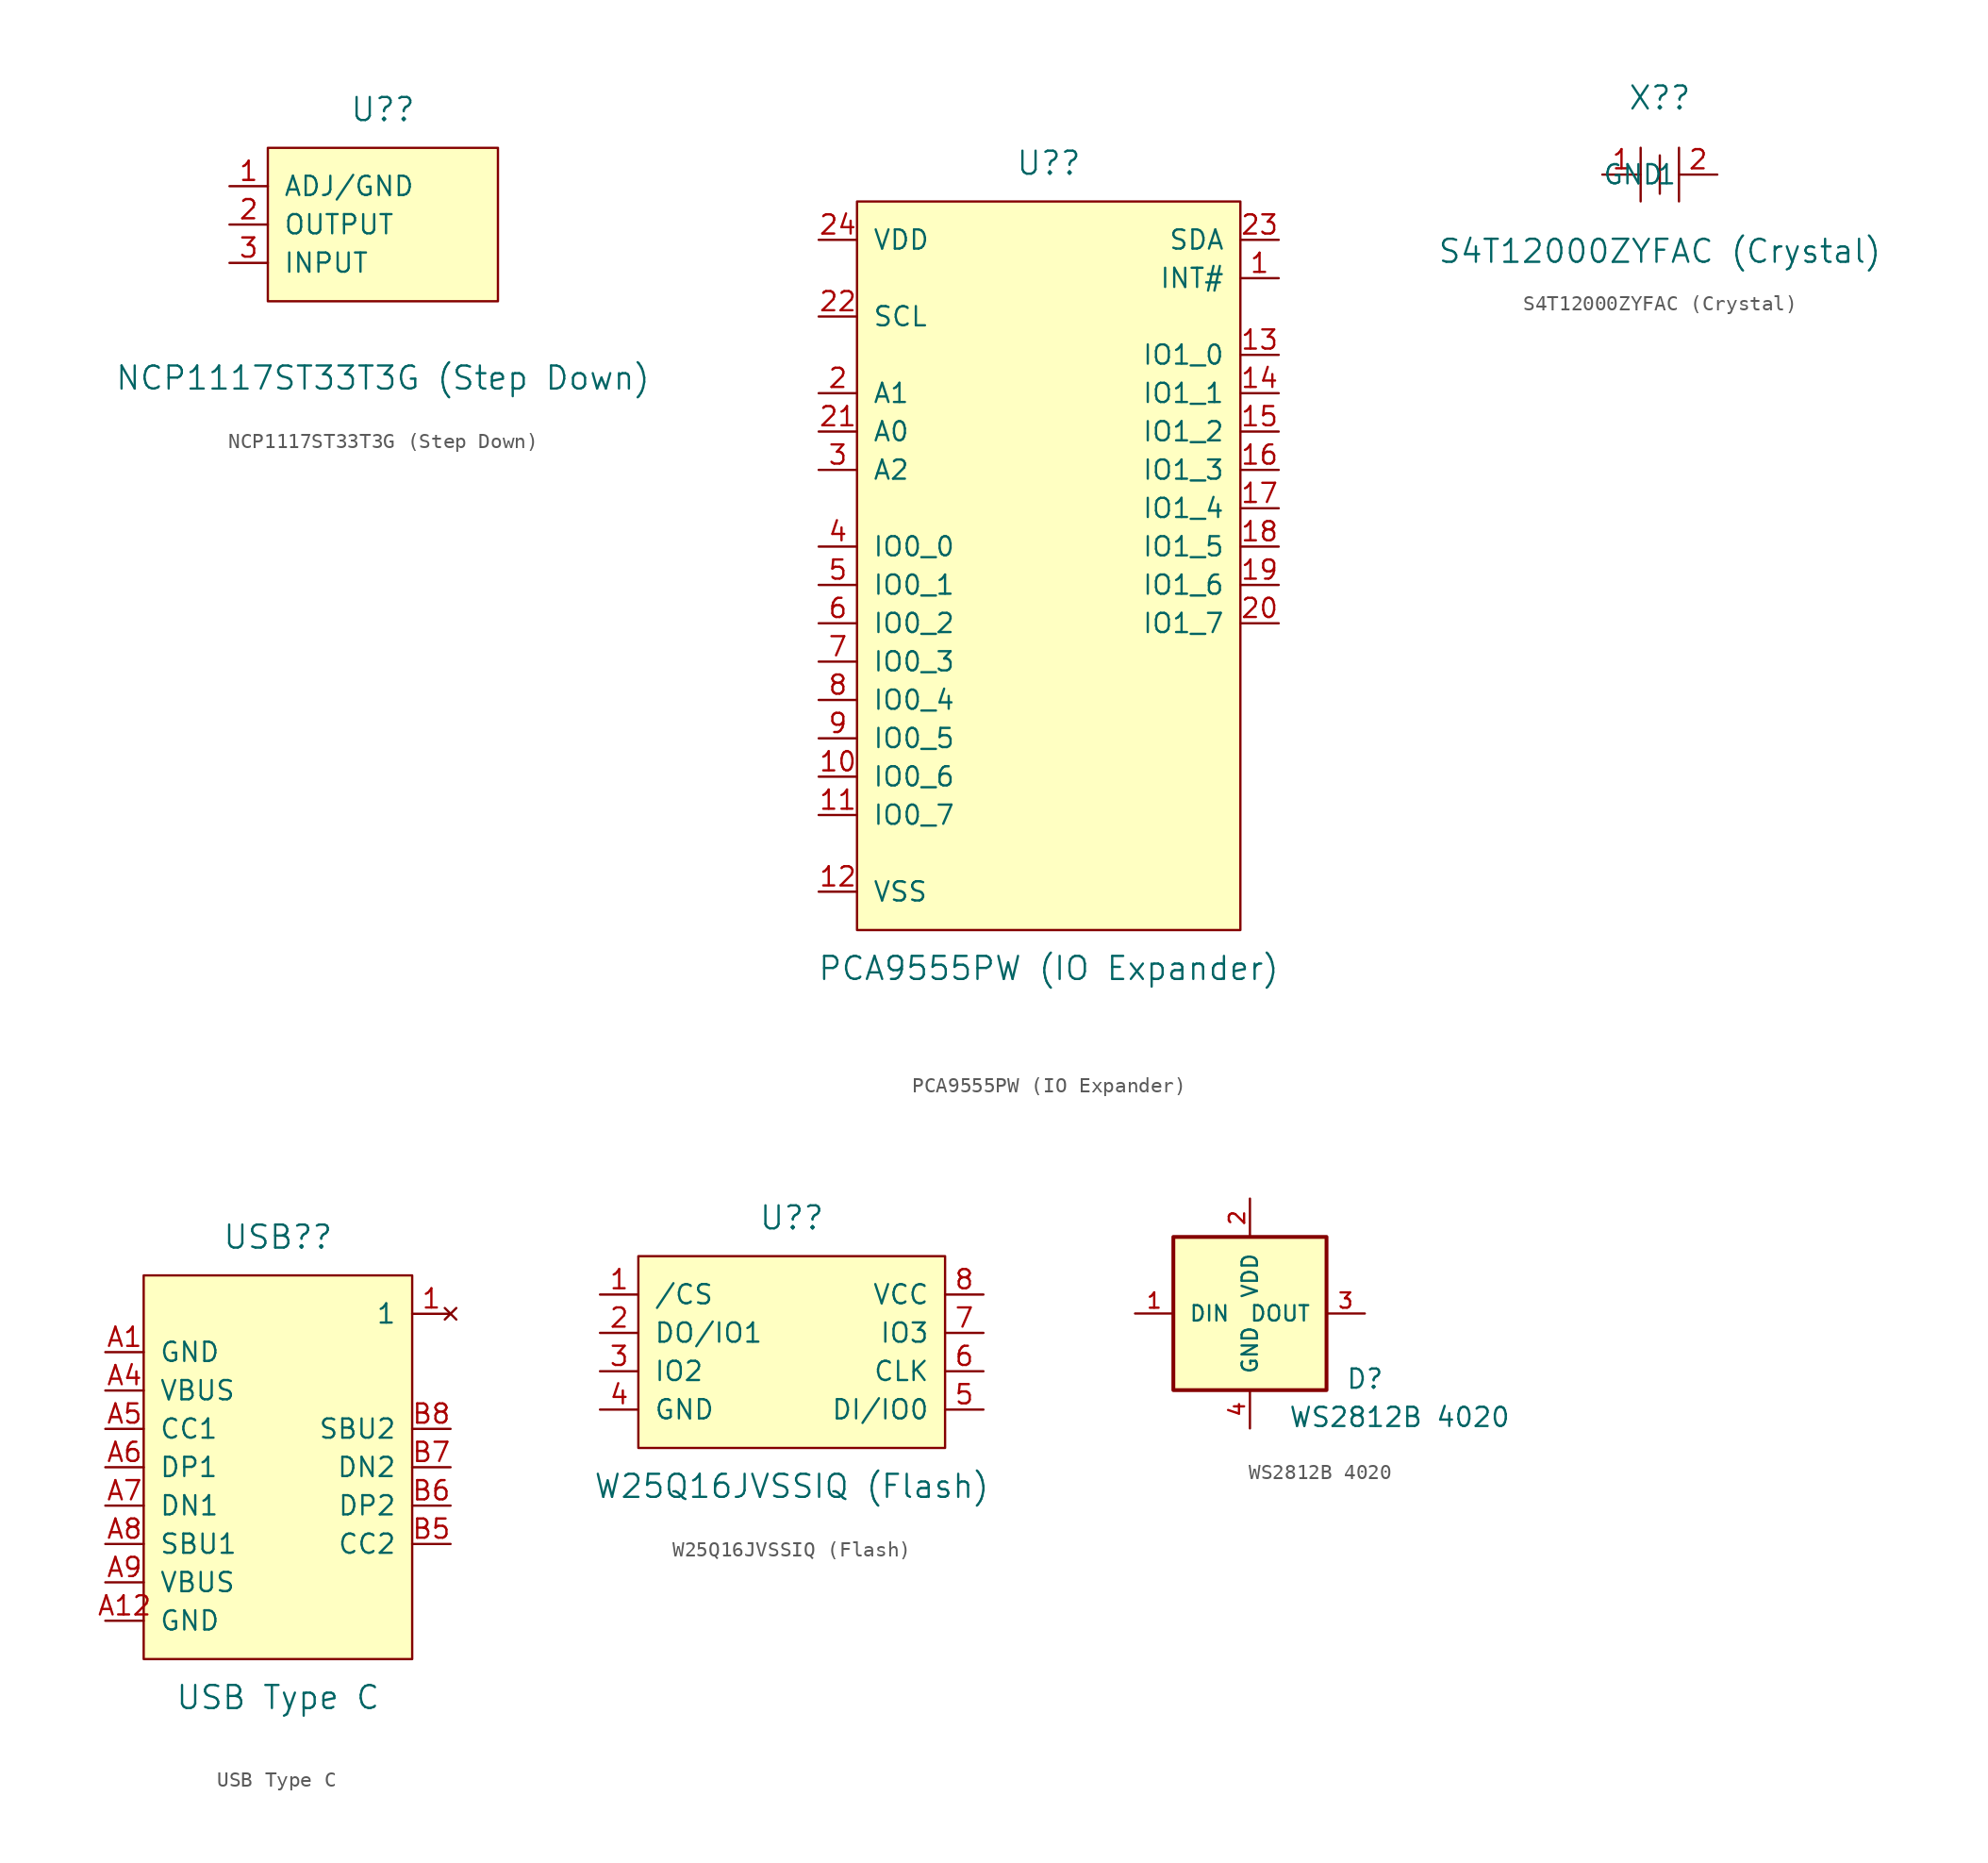
<source format=kicad_sym>
(kicad_symbol_lib
  (version 20211014)
  (generator kicad_symbol_editor)
  (symbol "NCP1117ST33T3G (Step Down)"
    (pin_names
      (offset 1.016))
    (property "Reference" "U?"
      (at 0 8.89 0)
      (effects (font (size 1.524 1.524))))
    (property "Value" "NCP1117ST33T3G (Step Down)"
      (at 0 -8.89 0)
      (effects (font (size 1.524 1.524))))
    (symbol "NCP1117ST33T3G (Step Down)_1_1"
      (rectangle (start -7.62 6.35) (end 7.62 -3.81) (stroke (width 0) (type default) (color 0 0 0 0)) (fill (type background)))
      (pin power_in line (at -10.16 3.81 0) (length 2.54) (name "ADJ/GND" (effects (font (size 1.27 1.27)))) (number "1" (effects (font (size 1.27 1.27)))))
      (pin power_out line (at -10.16 1.27 0) (length 2.54) (name "OUTPUT" (effects (font (size 1.27 1.27)))) (number "2" (effects (font (size 1.27 1.27)))))
      (pin power_in line (at -10.16 -1.27 0) (length 2.54) (name "INPUT" (effects (font (size 1.27 1.27)))) (number "3" (effects (font (size 1.27 1.27)))))))
  (symbol "PCA9555PW (IO Expander)"
    (pin_names
      (offset 1.016))
    (property "Reference" "U?"
      (at 0 26.67 0)
      (effects (font (size 1.524 1.524))))
    (property "Value" "PCA9555PW (IO Expander)"
      (at 0 -26.67 0)
      (effects (font (size 1.524 1.524))))
    (property "ki_locked" ""
      (at 0 0 0)
      (effects (font (size 1.27 1.27))))
    (symbol "PCA9555PW (IO Expander)_1_1"
      (rectangle (start -12.7 24.13) (end 12.7 -24.13) (stroke (width 0) (type default) (color 0 0 0 0)) (fill (type background)))
      (pin output line (at 15.24 19.05 180) (length 2.54) (name "INT#" (effects (font (size 1.27 1.27)))) (number "1" (effects (font (size 1.27 1.27)))))
      (pin bidirectional line (at -15.24 -13.97 0) (length 2.54) (name "IO0_6" (effects (font (size 1.27 1.27)))) (number "10" (effects (font (size 1.27 1.27)))))
      (pin bidirectional line (at -15.24 -16.51 0) (length 2.54) (name "IO0_7" (effects (font (size 1.27 1.27)))) (number "11" (effects (font (size 1.27 1.27)))))
      (pin power_in line (at -15.24 -21.59 0) (length 2.54) (name "VSS" (effects (font (size 1.27 1.27)))) (number "12" (effects (font (size 1.27 1.27)))))
      (pin bidirectional line (at 15.24 13.97 180) (length 2.54) (name "IO1_0" (effects (font (size 1.27 1.27)))) (number "13" (effects (font (size 1.27 1.27)))))
      (pin bidirectional line (at 15.24 11.43 180) (length 2.54) (name "IO1_1" (effects (font (size 1.27 1.27)))) (number "14" (effects (font (size 1.27 1.27)))))
      (pin bidirectional line (at 15.24 8.89 180) (length 2.54) (name "IO1_2" (effects (font (size 1.27 1.27)))) (number "15" (effects (font (size 1.27 1.27)))))
      (pin bidirectional line (at 15.24 6.35 180) (length 2.54) (name "IO1_3" (effects (font (size 1.27 1.27)))) (number "16" (effects (font (size 1.27 1.27)))))
      (pin bidirectional line (at 15.24 3.81 180) (length 2.54) (name "IO1_4" (effects (font (size 1.27 1.27)))) (number "17" (effects (font (size 1.27 1.27)))))
      (pin bidirectional line (at 15.24 1.27 180) (length 2.54) (name "IO1_5" (effects (font (size 1.27 1.27)))) (number "18" (effects (font (size 1.27 1.27)))))
      (pin bidirectional line (at 15.24 -1.27 180) (length 2.54) (name "IO1_6" (effects (font (size 1.27 1.27)))) (number "19" (effects (font (size 1.27 1.27)))))
      (pin input line (at -15.24 11.43 0) (length 2.54) (name "A1" (effects (font (size 1.27 1.27)))) (number "2" (effects (font (size 1.27 1.27)))))
      (pin bidirectional line (at 15.24 -3.81 180) (length 2.54) (name "IO1_7" (effects (font (size 1.27 1.27)))) (number "20" (effects (font (size 1.27 1.27)))))
      (pin input line (at -15.24 8.89 0) (length 2.54) (name "A0" (effects (font (size 1.27 1.27)))) (number "21" (effects (font (size 1.27 1.27)))))
      (pin input line (at -15.24 16.51 0) (length 2.54) (name "SCL" (effects (font (size 1.27 1.27)))) (number "22" (effects (font (size 1.27 1.27)))))
      (pin bidirectional line (at 15.24 21.59 180) (length 2.54) (name "SDA" (effects (font (size 1.27 1.27)))) (number "23" (effects (font (size 1.27 1.27)))))
      (pin power_in line (at -15.24 21.59 0) (length 2.54) (name "VDD" (effects (font (size 1.27 1.27)))) (number "24" (effects (font (size 1.27 1.27)))))
      (pin input line (at -15.24 6.35 0) (length 2.54) (name "A2" (effects (font (size 1.27 1.27)))) (number "3" (effects (font (size 1.27 1.27)))))
      (pin bidirectional line (at -15.24 1.27 0) (length 2.54) (name "IO0_0" (effects (font (size 1.27 1.27)))) (number "4" (effects (font (size 1.27 1.27)))))
      (pin bidirectional line (at -15.24 -1.27 0) (length 2.54) (name "IO0_1" (effects (font (size 1.27 1.27)))) (number "5" (effects (font (size 1.27 1.27)))))
      (pin bidirectional line (at -15.24 -3.81 0) (length 2.54) (name "IO0_2" (effects (font (size 1.27 1.27)))) (number "6" (effects (font (size 1.27 1.27)))))
      (pin bidirectional line (at -15.24 -6.35 0) (length 2.54) (name "IO0_3" (effects (font (size 1.27 1.27)))) (number "7" (effects (font (size 1.27 1.27)))))
      (pin bidirectional line (at -15.24 -8.89 0) (length 2.54) (name "IO0_4" (effects (font (size 1.27 1.27)))) (number "8" (effects (font (size 1.27 1.27)))))
      (pin bidirectional line (at -15.24 -11.43 0) (length 2.54) (name "IO0_5" (effects (font (size 1.27 1.27)))) (number "9" (effects (font (size 1.27 1.27)))))))
  (symbol "S4T12000ZYFAC (Crystal)"
    (pin_names
      (offset 1.016))
    (property "Reference" "X?"
      (at 0 5.08 0)
      (effects (font (size 1.524 1.524))))
    (property "Value" "S4T12000ZYFAC (Crystal)"
      (at 0 -5.08 0)
      (effects (font (size 1.524 1.524))))
    (symbol "S4T12000ZYFAC (Crystal)_1_1"
      (polyline (pts (xy -1.27 -1.778) (xy -1.27 1.778)) (stroke (width 0) (type default) (color 0 0 0 0)) (fill (type none)))
      (polyline (pts (xy 1.27 -1.778) (xy 1.27 1.778)) (stroke (width 0) (type default) (color 0 0 0 0)) (fill (type none)))
      (rectangle (start 0 1.27) (end 0 -1.27) (stroke (width 0) (type default) (color 0 0 0 0)) (fill (type background)))
      (pin input line (at -3.81 0 0) (length 2.54) (name "1" (effects (font (size 1.27 1.27)))) (number "1" (effects (font (size 1.27 1.27)))))
      (pin input line (at 3.81 0 180) (length 2.54) (name "GND" (effects (font (size 1.27 1.27)))) (number "2" (effects (font (size 1.27 1.27)))))))
  (symbol "USB Type C"
    (pin_names
      (offset 1.016))
    (property "Reference" "USB?"
      (at 0 16.51 0)
      (effects (font (size 1.524 1.524))))
    (property "Value" "USB Type C"
      (at 0 -13.97 0)
      (effects (font (size 1.524 1.524))))
    (property "ki_locked" ""
      (at 0 0 0)
      (effects (font (size 1.27 1.27))))
    (symbol "USB Type C_1_1"
      (rectangle (start -8.89 13.97) (end 8.89 -11.43) (stroke (width 0) (type default) (color 0 0 0 0)) (fill (type background)))
      (pin no_connect line (at 11.43 11.43 180) (length 2.54) (name "1" (effects (font (size 1.27 1.27)))) (number "1" (effects (font (size 1.27 1.27)))))
      (pin power_in line (at -11.43 8.89 0) (length 2.54) (name "GND" (effects (font (size 1.27 1.27)))) (number "A1" (effects (font (size 1.27 1.27)))))
      (pin power_in line (at -11.43 -8.89 0) (length 2.54) (name "GND" (effects (font (size 1.27 1.27)))) (number "A12" (effects (font (size 1.27 1.27)))))
      (pin power_in line (at -11.43 6.35 0) (length 2.54) (name "VBUS" (effects (font (size 1.27 1.27)))) (number "A4" (effects (font (size 1.27 1.27)))))
      (pin output line (at -11.43 3.81 0) (length 2.54) (name "CC1" (effects (font (size 1.27 1.27)))) (number "A5" (effects (font (size 1.27 1.27)))))
      (pin bidirectional line (at -11.43 1.27 0) (length 2.54) (name "DP1" (effects (font (size 1.27 1.27)))) (number "A6" (effects (font (size 1.27 1.27)))))
      (pin bidirectional line (at -11.43 -1.27 0) (length 2.54) (name "DN1" (effects (font (size 1.27 1.27)))) (number "A7" (effects (font (size 1.27 1.27)))))
      (pin bidirectional line (at -11.43 -3.81 0) (length 2.54) (name "SBU1" (effects (font (size 1.27 1.27)))) (number "A8" (effects (font (size 1.27 1.27)))))
      (pin power_in line (at -11.43 -6.35 0) (length 2.54) (name "VBUS" (effects (font (size 1.27 1.27)))) (number "A9" (effects (font (size 1.27 1.27)))))
      (pin output line (at 11.43 -3.81 180) (length 2.54) (name "CC2" (effects (font (size 1.27 1.27)))) (number "B5" (effects (font (size 1.27 1.27)))))
      (pin bidirectional line (at 11.43 -1.27 180) (length 2.54) (name "DP2" (effects (font (size 1.27 1.27)))) (number "B6" (effects (font (size 1.27 1.27)))))
      (pin bidirectional line (at 11.43 1.27 180) (length 2.54) (name "DN2" (effects (font (size 1.27 1.27)))) (number "B7" (effects (font (size 1.27 1.27)))))
      (pin bidirectional line (at 11.43 3.81 180) (length 2.54) (name "SBU2" (effects (font (size 1.27 1.27)))) (number "B8" (effects (font (size 1.27 1.27)))))))
  (symbol "W25Q16JVSSIQ (Flash)"
    (pin_names
      (offset 1.016))
    (property "Reference" "U?"
      (at 0 8.89 0)
      (effects (font (size 1.524 1.524))))
    (property "Value" "W25Q16JVSSIQ (Flash)"
      (at 0 -8.89 0)
      (effects (font (size 1.524 1.524))))
    (symbol "W25Q16JVSSIQ (Flash)_1_1"
      (rectangle (start -10.16 6.35) (end 10.16 -6.35) (stroke (width 0) (type default) (color 0 0 0 0)) (fill (type background)))
      (pin bidirectional line (at -12.7 3.81 0) (length 2.54) (name "/CS" (effects (font (size 1.27 1.27)))) (number "1" (effects (font (size 1.27 1.27)))))
      (pin bidirectional line (at -12.7 1.27 0) (length 2.54) (name "DO/IO1" (effects (font (size 1.27 1.27)))) (number "2" (effects (font (size 1.27 1.27)))))
      (pin bidirectional line (at -12.7 -1.27 0) (length 2.54) (name "IO2" (effects (font (size 1.27 1.27)))) (number "3" (effects (font (size 1.27 1.27)))))
      (pin power_in line (at -12.7 -3.81 0) (length 2.54) (name "GND" (effects (font (size 1.27 1.27)))) (number "4" (effects (font (size 1.27 1.27)))))
      (pin bidirectional line (at 12.7 -3.81 180) (length 2.54) (name "DI/IO0" (effects (font (size 1.27 1.27)))) (number "5" (effects (font (size 1.27 1.27)))))
      (pin bidirectional line (at 12.7 -1.27 180) (length 2.54) (name "CLK" (effects (font (size 1.27 1.27)))) (number "6" (effects (font (size 1.27 1.27)))))
      (pin bidirectional line (at 12.7 1.27 180) (length 2.54) (name "IO3" (effects (font (size 1.27 1.27)))) (number "7" (effects (font (size 1.27 1.27)))))
      (pin power_in line (at 12.7 3.81 180) (length 2.54) (name "VCC" (effects (font (size 1.27 1.27)))) (number "8" (effects (font (size 1.27 1.27)))))))
  (symbol "WS2812B 4020"
    (pin_names
      (offset 1.016))
    (property "Reference" "D"
      (at 6.35 -6.35 0)
      (effects (font (size 1.27 1.27)) (justify left bottom)))
    (property "Value" "WS2812B 4020"
      (at 2.54 -8.89 0)
      (effects (font (size 1.27 1.27)) (justify left bottom)))
    (property "ki_locked" ""
      (at 0 0 0)
      (effects (font (size 1.27 1.27))))
    (symbol "WS2812B 4020_0_0"
      (rectangle (start -5.08 3.81) (end 5.08 -6.35) (stroke (width 0.254) (type default) (color 0 0 0 0)) (fill (type background)))
      (pin input line (at -7.62 -1.27 0) (length 2.54) (name "DIN" (effects (font (size 1.016 1.016)))) (number "1" (effects (font (size 1.016 1.016)))))
      (pin power_in line (at 0 6.35 270) (length 2.54) (name "VDD" (effects (font (size 1.016 1.016)))) (number "2" (effects (font (size 1.016 1.016)))))
      (pin output line (at 7.62 -1.27 180) (length 2.54) (name "DOUT" (effects (font (size 1.016 1.016)))) (number "3" (effects (font (size 1.016 1.016)))))
      (pin power_in line (at 0 -8.89 90) (length 2.54) (name "GND" (effects (font (size 1.016 1.016)))) (number "4" (effects (font (size 1.016 1.016))))))))
</source>
